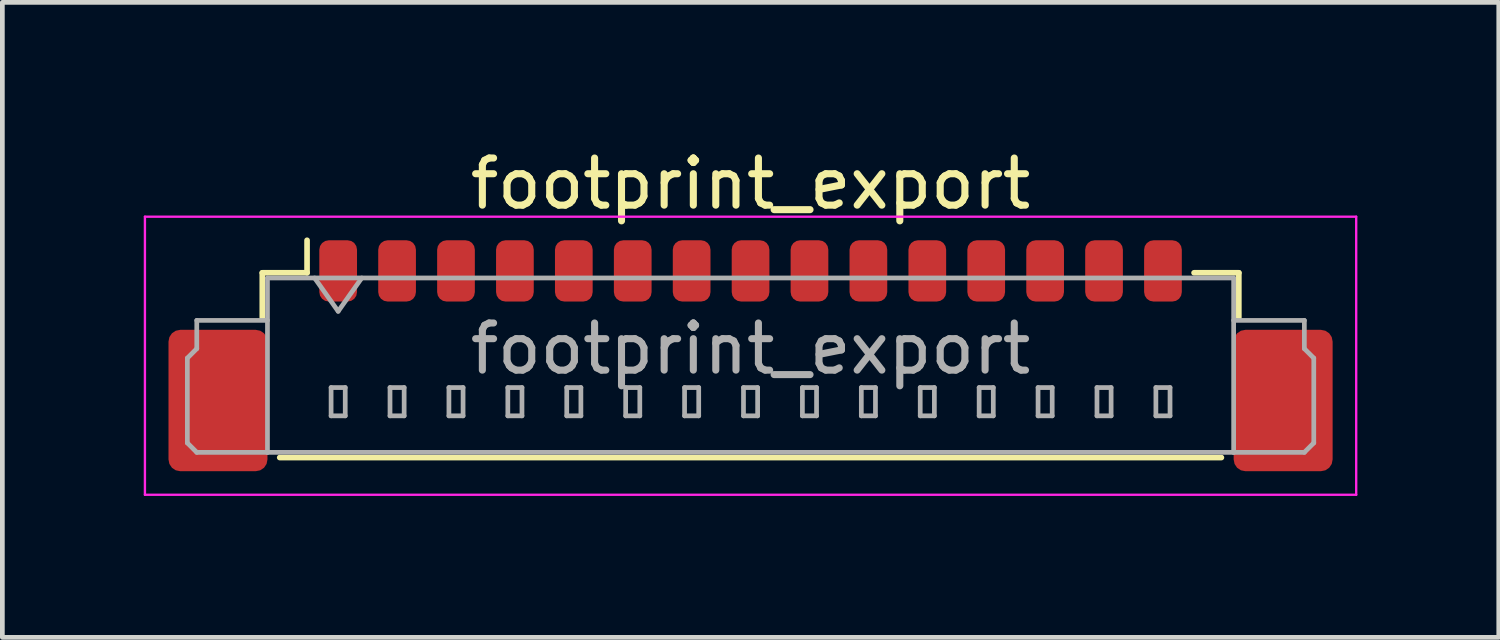
<source format=kicad_pcb>
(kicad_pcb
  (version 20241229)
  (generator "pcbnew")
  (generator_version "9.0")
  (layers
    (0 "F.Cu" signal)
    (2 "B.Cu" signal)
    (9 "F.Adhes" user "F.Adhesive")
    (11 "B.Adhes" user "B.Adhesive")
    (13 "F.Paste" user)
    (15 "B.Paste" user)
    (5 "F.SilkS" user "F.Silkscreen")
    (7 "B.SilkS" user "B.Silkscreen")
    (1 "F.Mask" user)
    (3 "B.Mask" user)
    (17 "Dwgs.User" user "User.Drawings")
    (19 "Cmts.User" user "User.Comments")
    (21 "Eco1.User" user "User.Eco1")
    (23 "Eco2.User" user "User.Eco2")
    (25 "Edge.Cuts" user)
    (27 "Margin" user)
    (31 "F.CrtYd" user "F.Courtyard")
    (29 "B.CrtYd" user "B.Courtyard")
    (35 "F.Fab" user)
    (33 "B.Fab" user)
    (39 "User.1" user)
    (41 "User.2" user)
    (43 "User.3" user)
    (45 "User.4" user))
  (footprint "footprint_export"
    (layer "F.Cu")
    (at 12.875 3.948)
    (property "Reference" "footprint_export" (at 0 -3.1 0) (layer "F.SilkS") (effects (font (size 1 1) (thickness 0.15))))
    (attr smd)
    (fp_line (start -10.36 -1.21) (end -9.41 -1.21) (stroke (width 0.12) (type solid)) (layer "F.SilkS"))
    (fp_line (start -10.36 -0.26) (end -10.36 -1.21) (stroke (width 0.12) (type solid)) (layer "F.SilkS"))
    (fp_line (start -9.99 2.71) (end 9.99 2.71) (stroke (width 0.12) (type solid)) (layer "F.SilkS"))
    (fp_line (start -9.41 -1.21) (end -9.41 -1.9) (stroke (width 0.12) (type solid)) (layer "F.SilkS"))
    (fp_line (start 10.36 -1.21) (end 9.41 -1.21) (stroke (width 0.12) (type solid)) (layer "F.SilkS"))
    (fp_line (start 10.36 -0.26) (end 10.36 -1.21) (stroke (width 0.12) (type solid)) (layer "F.SilkS"))
    (fp_line (start -12.85 -2.4) (end -12.85 3.5) (stroke (width 0.05) (type solid)) (layer "F.CrtYd"))
    (fp_line (start -12.85 3.5) (end 12.85 3.5) (stroke (width 0.05) (type solid)) (layer "F.CrtYd"))
    (fp_line (start 12.85 -2.4) (end -12.85 -2.4) (stroke (width 0.05) (type solid)) (layer "F.CrtYd"))
    (fp_line (start 12.85 3.5) (end 12.85 -2.4) (stroke (width 0.05) (type solid)) (layer "F.CrtYd"))
    (fp_line (start -11.95 0.6) (end -11.75 0.4) (stroke (width 0.1) (type solid)) (layer "F.Fab"))
    (fp_line (start -11.95 2.4) (end -11.95 0.6) (stroke (width 0.1) (type solid)) (layer "F.Fab"))
    (fp_line (start -11.75 -0.2) (end -10.25 -0.2) (stroke (width 0.1) (type solid)) (layer "F.Fab"))
    (fp_line (start -11.75 0.4) (end -11.75 -0.2) (stroke (width 0.1) (type solid)) (layer "F.Fab"))
    (fp_line (start -11.75 2.6) (end -11.95 2.4) (stroke (width 0.1) (type solid)) (layer "F.Fab"))
    (fp_line (start -10.25 -1.1) (end -10.25 2.6) (stroke (width 0.1) (type solid)) (layer "F.Fab"))
    (fp_line (start -10.25 -1.1) (end 10.25 -1.1) (stroke (width 0.1) (type solid)) (layer "F.Fab"))
    (fp_line (start -10.25 2.6) (end -11.75 2.6) (stroke (width 0.1) (type solid)) (layer "F.Fab"))
    (fp_line (start -10.25 2.6) (end 10.25 2.6) (stroke (width 0.1) (type solid)) (layer "F.Fab"))
    (fp_line (start -9.25 -1.1) (end -8.75 -0.393) (stroke (width 0.1) (type solid)) (layer "F.Fab"))
    (fp_line (start -8.9 1.225) (end -8.9 1.825) (stroke (width 0.1) (type solid)) (layer "F.Fab"))
    (fp_line (start -8.9 1.825) (end -8.6 1.825) (stroke (width 0.1) (type solid)) (layer "F.Fab"))
    (fp_line (start -8.75 -0.393) (end -8.25 -1.1) (stroke (width 0.1) (type solid)) (layer "F.Fab"))
    (fp_line (start -8.6 1.225) (end -8.9 1.225) (stroke (width 0.1) (type solid)) (layer "F.Fab"))
    (fp_line (start -8.6 1.825) (end -8.6 1.225) (stroke (width 0.1) (type solid)) (layer "F.Fab"))
    (fp_line (start -7.65 1.225) (end -7.65 1.825) (stroke (width 0.1) (type solid)) (layer "F.Fab"))
    (fp_line (start -7.65 1.825) (end -7.35 1.825) (stroke (width 0.1) (type solid)) (layer "F.Fab"))
    (fp_line (start -7.35 1.225) (end -7.65 1.225) (stroke (width 0.1) (type solid)) (layer "F.Fab"))
    (fp_line (start -7.35 1.825) (end -7.35 1.225) (stroke (width 0.1) (type solid)) (layer "F.Fab"))
    (fp_line (start -6.4 1.225) (end -6.4 1.825) (stroke (width 0.1) (type solid)) (layer "F.Fab"))
    (fp_line (start -6.4 1.825) (end -6.1 1.825) (stroke (width 0.1) (type solid)) (layer "F.Fab"))
    (fp_line (start -6.1 1.225) (end -6.4 1.225) (stroke (width 0.1) (type solid)) (layer "F.Fab"))
    (fp_line (start -6.1 1.825) (end -6.1 1.225) (stroke (width 0.1) (type solid)) (layer "F.Fab"))
    (fp_line (start -5.15 1.225) (end -5.15 1.825) (stroke (width 0.1) (type solid)) (layer "F.Fab"))
    (fp_line (start -5.15 1.825) (end -4.85 1.825) (stroke (width 0.1) (type solid)) (layer "F.Fab"))
    (fp_line (start -4.85 1.225) (end -5.15 1.225) (stroke (width 0.1) (type solid)) (layer "F.Fab"))
    (fp_line (start -4.85 1.825) (end -4.85 1.225) (stroke (width 0.1) (type solid)) (layer "F.Fab"))
    (fp_line (start -3.9 1.225) (end -3.9 1.825) (stroke (width 0.1) (type solid)) (layer "F.Fab"))
    (fp_line (start -3.9 1.825) (end -3.6 1.825) (stroke (width 0.1) (type solid)) (layer "F.Fab"))
    (fp_line (start -3.6 1.225) (end -3.9 1.225) (stroke (width 0.1) (type solid)) (layer "F.Fab"))
    (fp_line (start -3.6 1.825) (end -3.6 1.225) (stroke (width 0.1) (type solid)) (layer "F.Fab"))
    (fp_line (start -2.65 1.225) (end -2.65 1.825) (stroke (width 0.1) (type solid)) (layer "F.Fab"))
    (fp_line (start -2.65 1.825) (end -2.35 1.825) (stroke (width 0.1) (type solid)) (layer "F.Fab"))
    (fp_line (start -2.35 1.225) (end -2.65 1.225) (stroke (width 0.1) (type solid)) (layer "F.Fab"))
    (fp_line (start -2.35 1.825) (end -2.35 1.225) (stroke (width 0.1) (type solid)) (layer "F.Fab"))
    (fp_line (start -1.4 1.225) (end -1.4 1.825) (stroke (width 0.1) (type solid)) (layer "F.Fab"))
    (fp_line (start -1.4 1.825) (end -1.1 1.825) (stroke (width 0.1) (type solid)) (layer "F.Fab"))
    (fp_line (start -1.1 1.225) (end -1.4 1.225) (stroke (width 0.1) (type solid)) (layer "F.Fab"))
    (fp_line (start -1.1 1.825) (end -1.1 1.225) (stroke (width 0.1) (type solid)) (layer "F.Fab"))
    (fp_line (start -0.15 1.225) (end -0.15 1.825) (stroke (width 0.1) (type solid)) (layer "F.Fab"))
    (fp_line (start -0.15 1.825) (end 0.15 1.825) (stroke (width 0.1) (type solid)) (layer "F.Fab"))
    (fp_line (start 0.15 1.225) (end -0.15 1.225) (stroke (width 0.1) (type solid)) (layer "F.Fab"))
    (fp_line (start 0.15 1.825) (end 0.15 1.225) (stroke (width 0.1) (type solid)) (layer "F.Fab"))
    (fp_line (start 1.1 1.225) (end 1.1 1.825) (stroke (width 0.1) (type solid)) (layer "F.Fab"))
    (fp_line (start 1.1 1.825) (end 1.4 1.825) (stroke (width 0.1) (type solid)) (layer "F.Fab"))
    (fp_line (start 1.4 1.225) (end 1.1 1.225) (stroke (width 0.1) (type solid)) (layer "F.Fab"))
    (fp_line (start 1.4 1.825) (end 1.4 1.225) (stroke (width 0.1) (type solid)) (layer "F.Fab"))
    (fp_line (start 2.35 1.225) (end 2.35 1.825) (stroke (width 0.1) (type solid)) (layer "F.Fab"))
    (fp_line (start 2.35 1.825) (end 2.65 1.825) (stroke (width 0.1) (type solid)) (layer "F.Fab"))
    (fp_line (start 2.65 1.225) (end 2.35 1.225) (stroke (width 0.1) (type solid)) (layer "F.Fab"))
    (fp_line (start 2.65 1.825) (end 2.65 1.225) (stroke (width 0.1) (type solid)) (layer "F.Fab"))
    (fp_line (start 3.6 1.225) (end 3.6 1.825) (stroke (width 0.1) (type solid)) (layer "F.Fab"))
    (fp_line (start 3.6 1.825) (end 3.9 1.825) (stroke (width 0.1) (type solid)) (layer "F.Fab"))
    (fp_line (start 3.9 1.225) (end 3.6 1.225) (stroke (width 0.1) (type solid)) (layer "F.Fab"))
    (fp_line (start 3.9 1.825) (end 3.9 1.225) (stroke (width 0.1) (type solid)) (layer "F.Fab"))
    (fp_line (start 4.85 1.225) (end 4.85 1.825) (stroke (width 0.1) (type solid)) (layer "F.Fab"))
    (fp_line (start 4.85 1.825) (end 5.15 1.825) (stroke (width 0.1) (type solid)) (layer "F.Fab"))
    (fp_line (start 5.15 1.225) (end 4.85 1.225) (stroke (width 0.1) (type solid)) (layer "F.Fab"))
    (fp_line (start 5.15 1.825) (end 5.15 1.225) (stroke (width 0.1) (type solid)) (layer "F.Fab"))
    (fp_line (start 6.1 1.225) (end 6.1 1.825) (stroke (width 0.1) (type solid)) (layer "F.Fab"))
    (fp_line (start 6.1 1.825) (end 6.4 1.825) (stroke (width 0.1) (type solid)) (layer "F.Fab"))
    (fp_line (start 6.4 1.225) (end 6.1 1.225) (stroke (width 0.1) (type solid)) (layer "F.Fab"))
    (fp_line (start 6.4 1.825) (end 6.4 1.225) (stroke (width 0.1) (type solid)) (layer "F.Fab"))
    (fp_line (start 7.35 1.225) (end 7.35 1.825) (stroke (width 0.1) (type solid)) (layer "F.Fab"))
    (fp_line (start 7.35 1.825) (end 7.65 1.825) (stroke (width 0.1) (type solid)) (layer "F.Fab"))
    (fp_line (start 7.65 1.225) (end 7.35 1.225) (stroke (width 0.1) (type solid)) (layer "F.Fab"))
    (fp_line (start 7.65 1.825) (end 7.65 1.225) (stroke (width 0.1) (type solid)) (layer "F.Fab"))
    (fp_line (start 8.6 1.225) (end 8.6 1.825) (stroke (width 0.1) (type solid)) (layer "F.Fab"))
    (fp_line (start 8.6 1.825) (end 8.9 1.825) (stroke (width 0.1) (type solid)) (layer "F.Fab"))
    (fp_line (start 8.9 1.225) (end 8.6 1.225) (stroke (width 0.1) (type solid)) (layer "F.Fab"))
    (fp_line (start 8.9 1.825) (end 8.9 1.225) (stroke (width 0.1) (type solid)) (layer "F.Fab"))
    (fp_line (start 10.25 -1.1) (end 10.25 2.6) (stroke (width 0.1) (type solid)) (layer "F.Fab"))
    (fp_line (start 10.25 2.6) (end 11.75 2.6) (stroke (width 0.1) (type solid)) (layer "F.Fab"))
    (fp_line (start 11.75 -0.2) (end 10.25 -0.2) (stroke (width 0.1) (type solid)) (layer "F.Fab"))
    (fp_line (start 11.75 0.4) (end 11.75 -0.2) (stroke (width 0.1) (type solid)) (layer "F.Fab"))
    (fp_line (start 11.75 2.6) (end 11.95 2.4) (stroke (width 0.1) (type solid)) (layer "F.Fab"))
    (fp_line (start 11.95 0.6) (end 11.75 0.4) (stroke (width 0.1) (type solid)) (layer "F.Fab"))
    (fp_line (start 11.95 2.4) (end 11.95 0.6) (stroke (width 0.1) (type solid)) (layer "F.Fab"))
    (fp_text user "${REFERENCE}" (at 0 0.4 0) (layer "F.Fab") (effects (font (size 1 1) (thickness 0.15))))
    (pad "1" smd roundrect (at -8.75 -1.25) (size 0.8 1.3) (layers "F.Cu" "F.Mask" "F.Paste") (roundrect_rratio 0.25))
    (pad "2" smd roundrect (at -7.5 -1.25) (size 0.8 1.3) (layers "F.Cu" "F.Mask" "F.Paste") (roundrect_rratio 0.25))
    (pad "3" smd roundrect (at -6.25 -1.25) (size 0.8 1.3) (layers "F.Cu" "F.Mask" "F.Paste") (roundrect_rratio 0.25))
    (pad "4" smd roundrect (at -5 -1.25) (size 0.8 1.3) (layers "F.Cu" "F.Mask" "F.Paste") (roundrect_rratio 0.25))
    (pad "5" smd roundrect (at -3.75 -1.25) (size 0.8 1.3) (layers "F.Cu" "F.Mask" "F.Paste") (roundrect_rratio 0.25))
    (pad "6" smd roundrect (at -2.5 -1.25) (size 0.8 1.3) (layers "F.Cu" "F.Mask" "F.Paste") (roundrect_rratio 0.25))
    (pad "7" smd roundrect (at -1.25 -1.25) (size 0.8 1.3) (layers "F.Cu" "F.Mask" "F.Paste") (roundrect_rratio 0.25))
    (pad "8" smd roundrect (at 0 -1.25) (size 0.8 1.3) (layers "F.Cu" "F.Mask" "F.Paste") (roundrect_rratio 0.25))
    (pad "9" smd roundrect (at 1.25 -1.25) (size 0.8 1.3) (layers "F.Cu" "F.Mask" "F.Paste") (roundrect_rratio 0.25))
    (pad "10" smd roundrect (at 2.5 -1.25) (size 0.8 1.3) (layers "F.Cu" "F.Mask" "F.Paste") (roundrect_rratio 0.25))
    (pad "11" smd roundrect (at 3.75 -1.25) (size 0.8 1.3) (layers "F.Cu" "F.Mask" "F.Paste") (roundrect_rratio 0.25))
    (pad "12" smd roundrect (at 5 -1.25) (size 0.8 1.3) (layers "F.Cu" "F.Mask" "F.Paste") (roundrect_rratio 0.25))
    (pad "13" smd roundrect (at 6.25 -1.25) (size 0.8 1.3) (layers "F.Cu" "F.Mask" "F.Paste") (roundrect_rratio 0.25))
    (pad "14" smd roundrect (at 7.5 -1.25) (size 0.8 1.3) (layers "F.Cu" "F.Mask" "F.Paste") (roundrect_rratio 0.25))
    (pad "15" smd roundrect (at 8.75 -1.25) (size 0.8 1.3) (layers "F.Cu" "F.Mask" "F.Paste") (roundrect_rratio 0.25))
    (pad "MP" smd roundrect (at -11.3 1.5) (size 2.1 3) (layers "F.Cu" "F.Mask" "F.Paste") (roundrect_rratio 0.119))
    (pad "MP" smd roundrect (at 11.3 1.5) (size 2.1 3) (layers "F.Cu" "F.Mask" "F.Paste") (roundrect_rratio 0.119)))
  (gr_rect
    (start -3 -3)
    (end 28.75 10.473)
    (stroke (width 0.1) (type default))
    (fill no)
    (layer "Edge.Cuts")))
</source>
